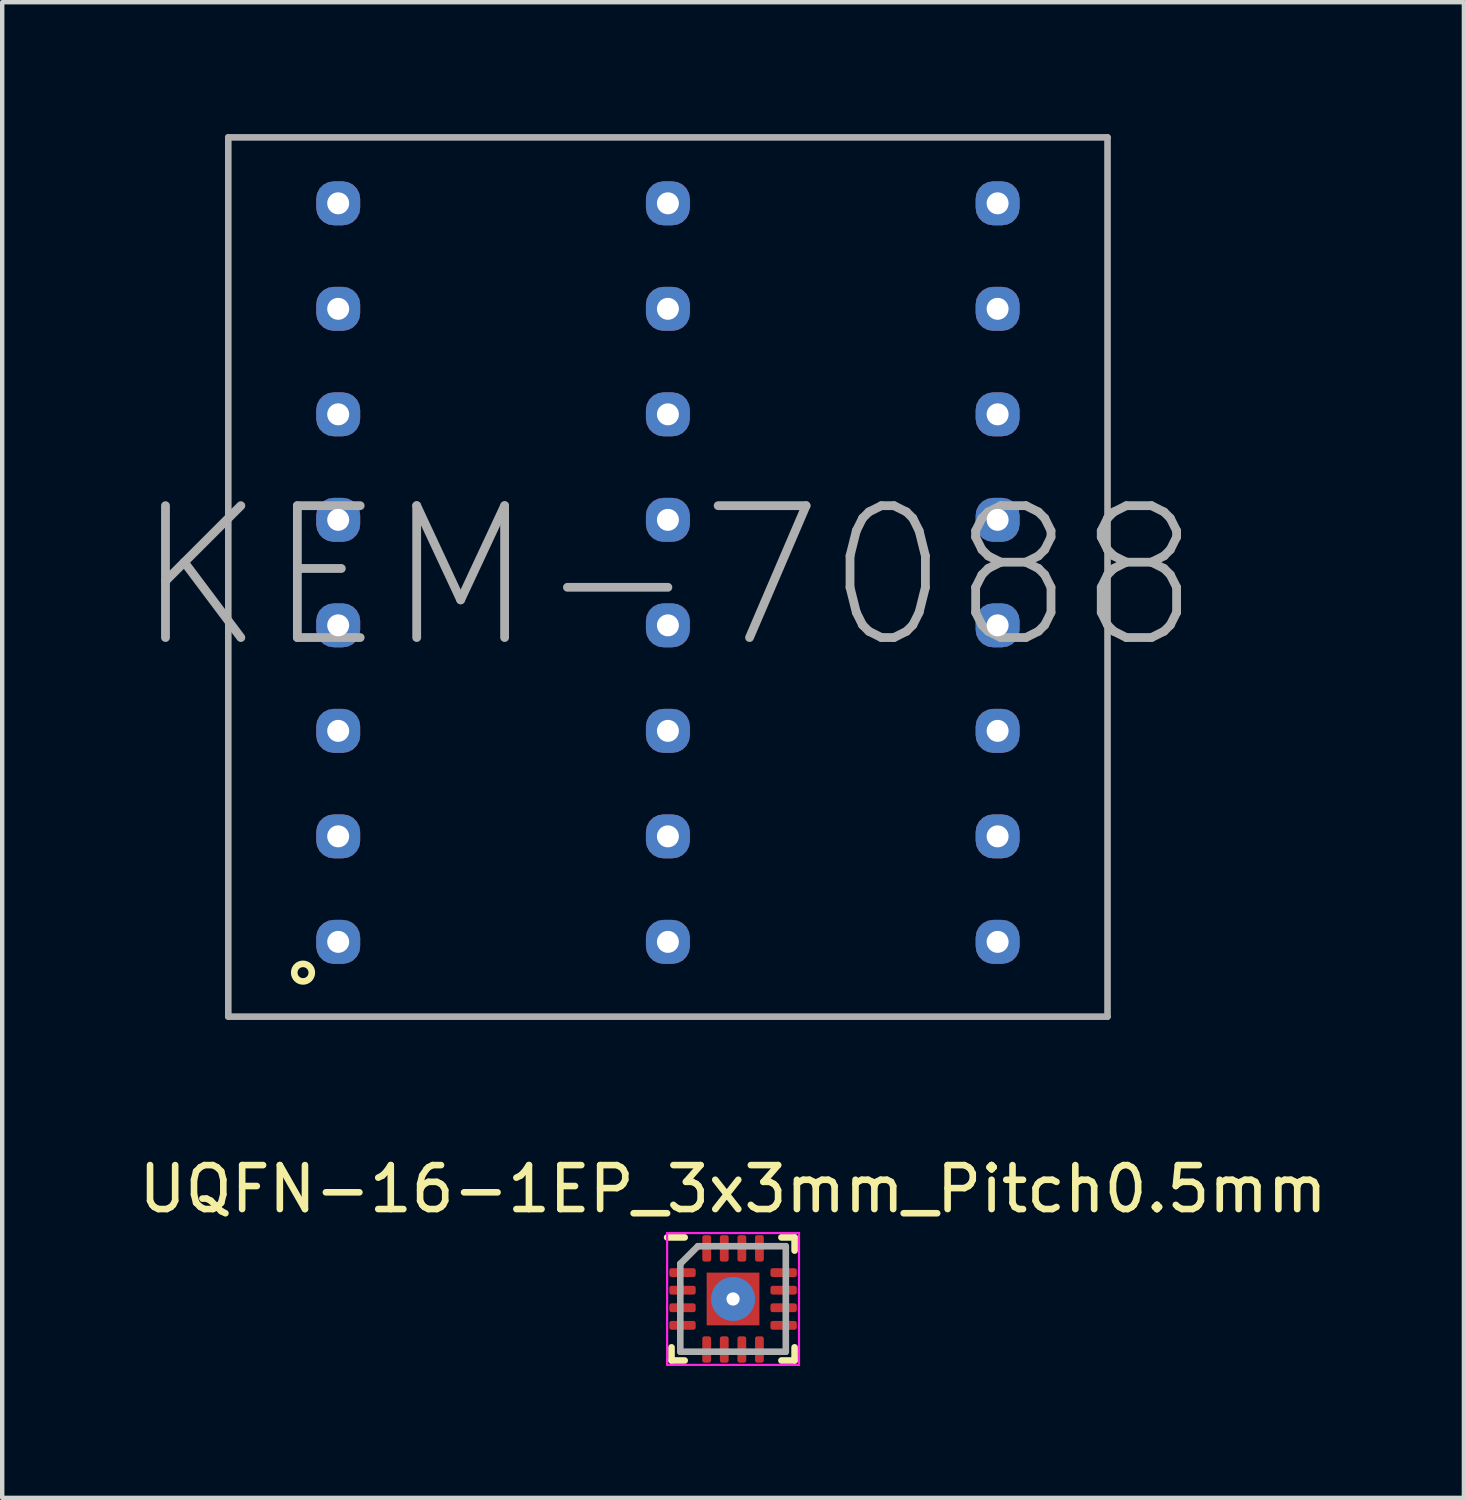
<source format=kicad_pcb>
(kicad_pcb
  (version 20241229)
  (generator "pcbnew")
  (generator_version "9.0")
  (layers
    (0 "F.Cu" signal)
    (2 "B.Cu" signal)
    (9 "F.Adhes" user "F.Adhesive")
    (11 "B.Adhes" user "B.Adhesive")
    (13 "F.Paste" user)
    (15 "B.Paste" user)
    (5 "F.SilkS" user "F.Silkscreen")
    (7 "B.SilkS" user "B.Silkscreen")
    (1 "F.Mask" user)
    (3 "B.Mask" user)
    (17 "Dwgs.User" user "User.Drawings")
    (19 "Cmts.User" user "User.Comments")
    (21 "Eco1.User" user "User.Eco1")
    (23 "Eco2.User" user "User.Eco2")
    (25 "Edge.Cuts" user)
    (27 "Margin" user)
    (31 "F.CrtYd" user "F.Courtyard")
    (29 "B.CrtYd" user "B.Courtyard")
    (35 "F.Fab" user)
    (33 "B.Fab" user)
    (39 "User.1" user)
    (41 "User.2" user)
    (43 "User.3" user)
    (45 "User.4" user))
  (footprint "UQFN-16-1EP_3x3mm_Pitch0.5mm"
    (layer "F.Cu")
    (at 13.625 26.498)
    (property "Reference" "UQFN-16-1EP_3x3mm_Pitch0.5mm" (at 0 -2.5 0) (layer "F.SilkS") (effects (font (size 1 1) (thickness 0.15))))
    (attr smd)
    (fp_line (start -1.5 -1.4) (end -1.1 -1.4) (stroke (width 0.15) (type solid)) (layer "F.SilkS"))
    (fp_line (start -1.4 1.4) (end -1.4 1.1) (stroke (width 0.15) (type solid)) (layer "F.SilkS"))
    (fp_line (start -1.4 1.4) (end -1.1 1.4) (stroke (width 0.15) (type solid)) (layer "F.SilkS"))
    (fp_line (start 1.4 -1.4) (end 1.1 -1.4) (stroke (width 0.15) (type solid)) (layer "F.SilkS"))
    (fp_line (start 1.4 -1.4) (end 1.4 -1.1) (stroke (width 0.15) (type solid)) (layer "F.SilkS"))
    (fp_line (start 1.4 1.4) (end 1.1 1.4) (stroke (width 0.15) (type solid)) (layer "F.SilkS"))
    (fp_line (start 1.4 1.4) (end 1.4 1.1) (stroke (width 0.15) (type solid)) (layer "F.SilkS"))
    (fp_line (start -1.5 -1.5) (end -1.5 1.5) (stroke (width 0.05) (type solid)) (layer "F.CrtYd"))
    (fp_line (start -1.5 -1.5) (end 1.5 -1.5) (stroke (width 0.05) (type solid)) (layer "F.CrtYd"))
    (fp_line (start -1.5 1.5) (end 1.5 1.5) (stroke (width 0.05) (type solid)) (layer "F.CrtYd"))
    (fp_line (start 1.5 -1.5) (end 1.5 1.5) (stroke (width 0.05) (type solid)) (layer "F.CrtYd"))
    (fp_line (start -1.2 -0.8) (end -0.8 -1.2) (stroke (width 0.15) (type solid)) (layer "F.Fab"))
    (fp_line (start -1.2 1.2) (end -1.2 -0.8) (stroke (width 0.15) (type solid)) (layer "F.Fab"))
    (fp_line (start -0.8 -1.2) (end 1.2 -1.2) (stroke (width 0.15) (type solid)) (layer "F.Fab"))
    (fp_line (start 1.2 -1.2) (end 1.2 1.2) (stroke (width 0.15) (type solid)) (layer "F.Fab"))
    (fp_line (start 1.2 1.2) (end -1.2 1.2) (stroke (width 0.15) (type solid)) (layer "F.Fab"))
    (pad "1" smd roundrect (at -1.15 -0.6) (size 0.6 0.2) (layers "F.Cu" "F.Mask" "F.Paste") (roundrect_rratio 0.25))
    (pad "2" smd roundrect (at -1.15 -0.2) (size 0.6 0.2) (layers "F.Cu" "F.Mask" "F.Paste") (roundrect_rratio 0.25))
    (pad "3" smd roundrect (at -1.15 0.2) (size 0.6 0.2) (layers "F.Cu" "F.Mask" "F.Paste") (roundrect_rratio 0.25))
    (pad "4" smd roundrect (at -1.15 0.6) (size 0.6 0.2) (layers "F.Cu" "F.Mask" "F.Paste") (roundrect_rratio 0.25))
    (pad "5" smd roundrect (at -0.6 1.15 90) (size 0.6 0.2) (layers "F.Cu" "F.Mask" "F.Paste") (roundrect_rratio 0.25))
    (pad "6" smd roundrect (at -0.2 1.15 90) (size 0.6 0.2) (layers "F.Cu" "F.Mask" "F.Paste") (roundrect_rratio 0.25))
    (pad "7" smd roundrect (at 0.2 1.15 90) (size 0.6 0.2) (layers "F.Cu" "F.Mask" "F.Paste") (roundrect_rratio 0.25))
    (pad "8" smd roundrect (at 0.6 1.15 90) (size 0.6 0.2) (layers "F.Cu" "F.Mask" "F.Paste") (roundrect_rratio 0.25))
    (pad "9" smd roundrect (at 1.15 0.6) (size 0.6 0.2) (layers "F.Cu" "F.Mask" "F.Paste") (roundrect_rratio 0.25))
    (pad "10" smd roundrect (at 1.15 0.2) (size 0.6 0.2) (layers "F.Cu" "F.Mask" "F.Paste") (roundrect_rratio 0.25))
    (pad "11" smd roundrect (at 1.15 -0.2) (size 0.6 0.2) (layers "F.Cu" "F.Mask" "F.Paste") (roundrect_rratio 0.25))
    (pad "12" smd roundrect (at 1.15 -0.6) (size 0.6 0.2) (layers "F.Cu" "F.Mask" "F.Paste") (roundrect_rratio 0.25))
    (pad "13" smd roundrect (at 0.6 -1.15 90) (size 0.6 0.2) (layers "F.Cu" "F.Mask" "F.Paste") (roundrect_rratio 0.25))
    (pad "14" smd roundrect (at 0.2 -1.15 90) (size 0.6 0.2) (layers "F.Cu" "F.Mask" "F.Paste") (roundrect_rratio 0.25))
    (pad "15" smd roundrect (at -0.2 -1.15 90) (size 0.6 0.2) (layers "F.Cu" "F.Mask" "F.Paste") (roundrect_rratio 0.25))
    (pad "16" smd roundrect (at -0.6 -1.15 90) (size 0.6 0.2) (layers "F.Cu" "F.Mask" "F.Paste") (roundrect_rratio 0.25))
    (pad "17" thru_hole circle (at 0 0) (size 1 1) (drill 0.3) (layers "*.Cu"))
    (pad "17" smd rect (at 0 0) (size 1.2 1.2) (layers "F.Cu" "F.Mask" "F.Paste")))
  (footprint "KEM-7088"
    (layer "F.Cu")
    (at 12.143 10.075)
    (property "Reference" "KEM-7088" (at -4 -8 0) (layer "F.SilkS") (effects (font (size 0.001 0.001) (thickness 0.15))))
    (attr through_hole)
    (fp_circle (center -8.3 9) (end -8.3 9.2) (stroke (width 0.15) (type solid)) (fill no) (layer "F.SilkS"))
    (fp_line (start -10 -10) (end 10 -10) (stroke (width 0.15) (type solid)) (layer "F.Fab"))
    (fp_line (start -10 10) (end -10 -10) (stroke (width 0.15) (type solid)) (layer "F.Fab"))
    (fp_line (start 10 -10) (end 10 10) (stroke (width 0.15) (type solid)) (layer "F.Fab"))
    (fp_line (start 10 10) (end -10 10) (stroke (width 0.15) (type solid)) (layer "F.Fab"))
    (fp_text user "${REFERENCE}" (at 0 0 0) (layer "F.Fab") (effects (font (size 3 3) (thickness 0.2))))
    (pad "1" thru_hole roundrect (at -7.5 8.3 90) (size 1 1) (drill 0.5) (layers "*.Cu" "*.Mask") (roundrect_rratio 0.4))
    (pad "2" thru_hole roundrect (at -7.5 5.9 90) (size 1 1) (drill 0.5) (layers "*.Cu" "*.Mask") (roundrect_rratio 0.4))
    (pad "3" thru_hole roundrect (at -7.5 3.5 90) (size 1 1) (drill 0.5) (layers "*.Cu" "*.Mask") (roundrect_rratio 0.4))
    (pad "4" thru_hole roundrect (at -7.5 1.1 90) (size 1 1) (drill 0.5) (layers "*.Cu" "*.Mask") (roundrect_rratio 0.4))
    (pad "5" thru_hole roundrect (at -7.5 -1.3 90) (size 1 1) (drill 0.5) (layers "*.Cu" "*.Mask") (roundrect_rratio 0.4))
    (pad "6" thru_hole roundrect (at -7.5 -3.7 90) (size 1 1) (drill 0.5) (layers "*.Cu" "*.Mask") (roundrect_rratio 0.4))
    (pad "7" thru_hole roundrect (at -7.5 -6.1 90) (size 1 1) (drill 0.5) (layers "*.Cu" "*.Mask") (roundrect_rratio 0.4))
    (pad "8" thru_hole roundrect (at -7.5 -8.5 90) (size 1 1) (drill 0.5) (layers "*.Cu" "*.Mask") (roundrect_rratio 0.4))
    (pad "9" thru_hole roundrect (at 0 8.3 90) (size 1 1) (drill 0.5) (layers "*.Cu" "*.Mask") (roundrect_rratio 0.4))
    (pad "10" thru_hole roundrect (at 0 5.9 90) (size 1 1) (drill 0.5) (layers "*.Cu" "*.Mask") (roundrect_rratio 0.4))
    (pad "11" thru_hole roundrect (at 0 3.5 90) (size 1 1) (drill 0.5) (layers "*.Cu" "*.Mask") (roundrect_rratio 0.4))
    (pad "12" thru_hole roundrect (at 0 1.1 90) (size 1 1) (drill 0.5) (layers "*.Cu" "*.Mask") (roundrect_rratio 0.4))
    (pad "13" thru_hole roundrect (at 0 -1.3 90) (size 1 1) (drill 0.5) (layers "*.Cu" "*.Mask") (roundrect_rratio 0.4))
    (pad "14" thru_hole roundrect (at 0 -3.7 90) (size 1 1) (drill 0.5) (layers "*.Cu" "*.Mask") (roundrect_rratio 0.4))
    (pad "15" thru_hole roundrect (at 0 -6.1 90) (size 1 1) (drill 0.5) (layers "*.Cu" "*.Mask") (roundrect_rratio 0.4))
    (pad "16" thru_hole roundrect (at 0 -8.5 90) (size 1 1) (drill 0.5) (layers "*.Cu" "*.Mask") (roundrect_rratio 0.4))
    (pad "17" thru_hole roundrect (at 7.5 8.3 90) (size 1 1) (drill 0.5) (layers "*.Cu" "*.Mask") (roundrect_rratio 0.4))
    (pad "18" thru_hole roundrect (at 7.5 5.9 90) (size 1 1) (drill 0.5) (layers "*.Cu" "*.Mask") (roundrect_rratio 0.4))
    (pad "19" thru_hole roundrect (at 7.5 3.5 90) (size 1 1) (drill 0.5) (layers "*.Cu" "*.Mask") (roundrect_rratio 0.4))
    (pad "20" thru_hole roundrect (at 7.5 1.1 90) (size 1 1) (drill 0.5) (layers "*.Cu" "*.Mask") (roundrect_rratio 0.4))
    (pad "21" thru_hole roundrect (at 7.5 -1.3 90) (size 1 1) (drill 0.5) (layers "*.Cu" "*.Mask") (roundrect_rratio 0.4))
    (pad "22" thru_hole roundrect (at 7.5 -3.7 90) (size 1 1) (drill 0.5) (layers "*.Cu" "*.Mask") (roundrect_rratio 0.4))
    (pad "23" thru_hole roundrect (at 7.5 -6.1 90) (size 1 1) (drill 0.5) (layers "*.Cu" "*.Mask") (roundrect_rratio 0.4))
    (pad "24" thru_hole roundrect (at 7.5 -8.5 90) (size 1 1) (drill 0.5) (layers "*.Cu" "*.Mask") (roundrect_rratio 0.4)))
  (gr_rect
    (start -3 -3)
    (end 30.25 31.023)
    (stroke (width 0.1) (type default))
    (fill no)
    (layer "Edge.Cuts")))
</source>
